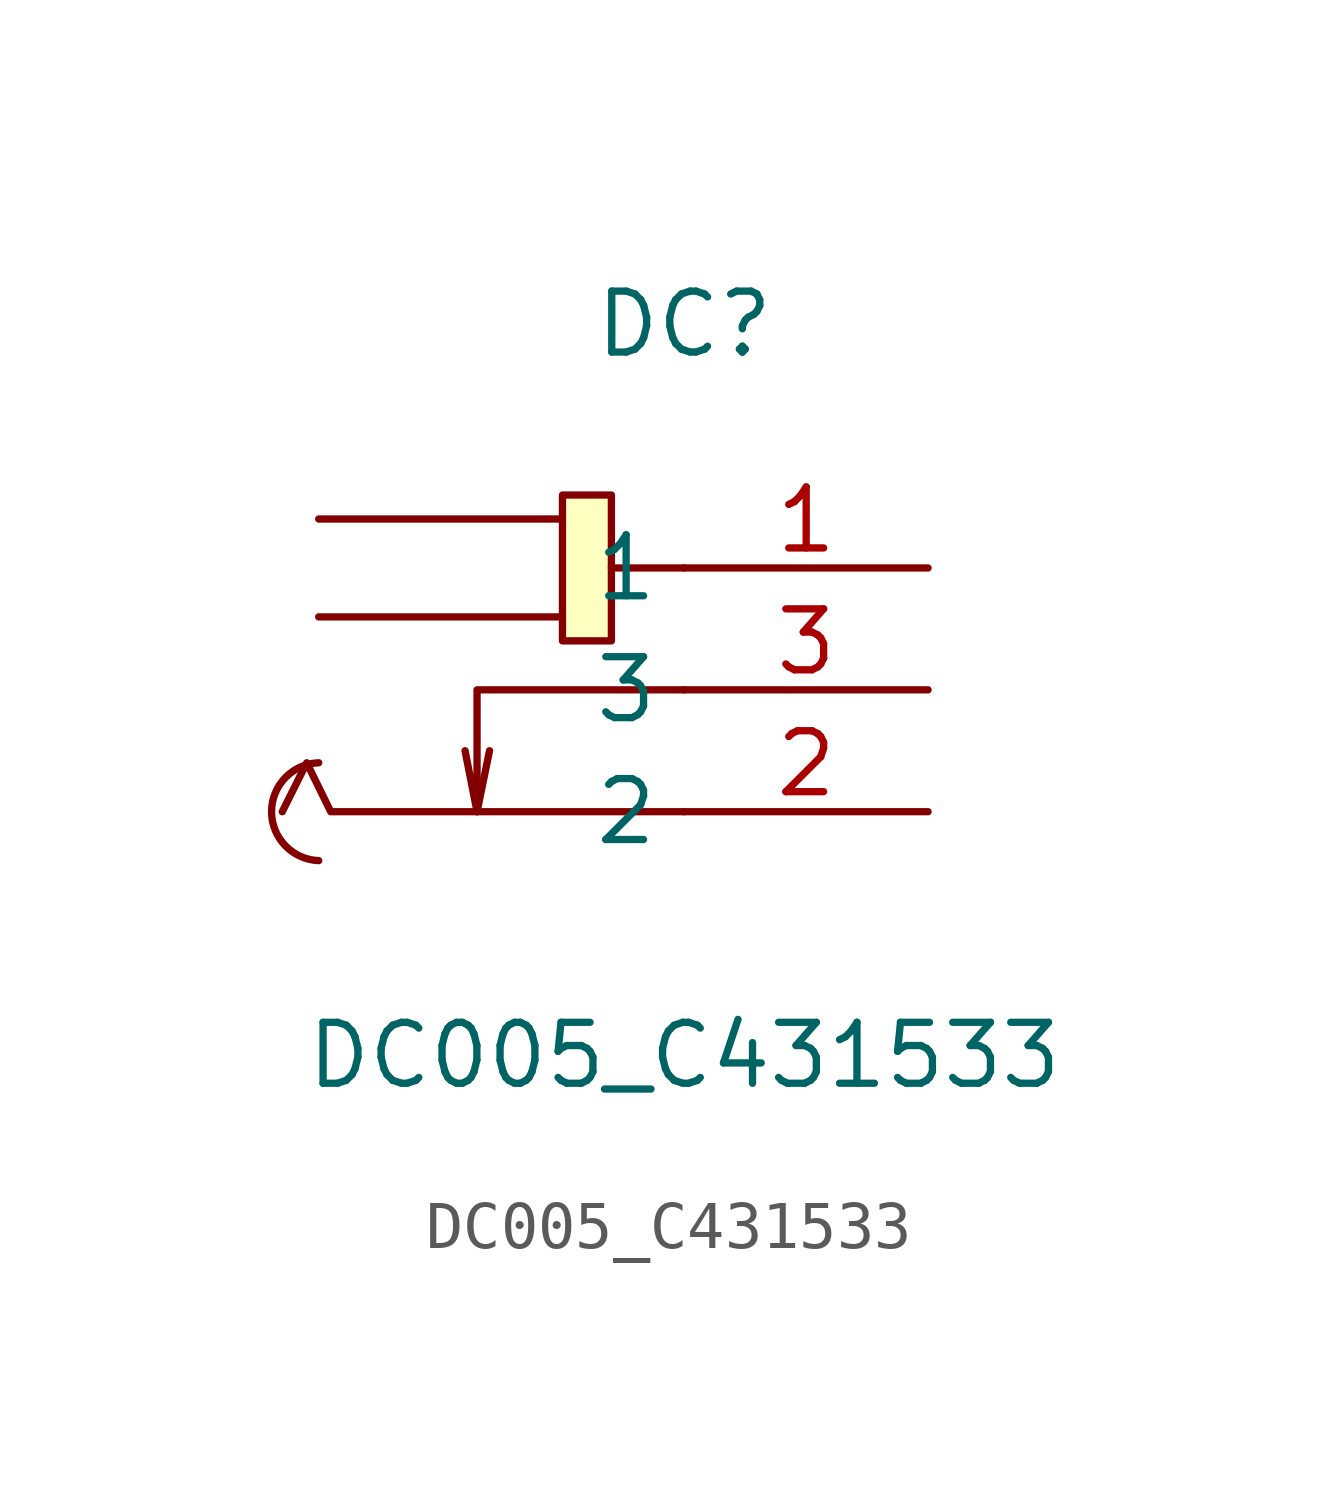
<source format=kicad_sym>
(kicad_symbol_lib
  (version 20211014)
  (generator https://github.com/uPesy/easyeda2kicad.py)
  (symbol "DC005_C431533"
    (property "Reference" "DC"
      (at 0 7.62 0)
      (effects (font (size 1.27 1.27))))
    (property "Value" "DC005_C431533"
      (at 0 -7.62 0)
      (effects (font (size 1.27 1.27))))
    (symbol "DC005_C431533_0_1"
      (rectangle (start -2.54 4.06) (end -1.52 1.02) (stroke (width 0) (type default) (color 0 0 0 0)) (fill (type background)))
      (arc (start -7.62 -1.52) (mid -7.41 -1.55) (end -7.62 -3.56) (stroke (width 0) (type default) (color 0 0 0 0)) (fill (type none)))
      (polyline (pts (xy 0.00 2.54) (xy -1.52 2.54)) (stroke (width 0) (type default) (color 0 0 0 0)) (fill (type none)))
      (polyline (pts (xy -2.54 3.56) (xy -7.62 3.56)) (stroke (width 0) (type default) (color 0 0 0 0)) (fill (type none)))
      (polyline (pts (xy -2.54 1.52) (xy -7.62 1.52)) (stroke (width 0) (type default) (color 0 0 0 0)) (fill (type none)))
      (polyline (pts (xy 0.00 -2.54) (xy -7.37 -2.54) (xy -7.87 -1.52) (xy -8.38 -2.54)) (stroke (width 0) (type default) (color 0 0 0 0)) (fill (type none)))
      (polyline (pts (xy 0.00 -0.00) (xy -4.32 -0.00) (xy -4.32 -2.54) (xy -4.57 -1.27)) (stroke (width 0) (type default) (color 0 0 0 0)) (fill (type none)))
      (polyline (pts (xy -4.32 -2.54) (xy -4.06 -1.27)) (stroke (width 0) (type default) (color 0 0 0 0)) (fill (type none)))
      (pin unspecified line (at 5.08 2.54 180) (length 5.08) (name "1" (effects (font (size 1.27 1.27)))) (number "1" (effects (font (size 1.27 1.27)))))
      (pin unspecified line (at 5.08 -2.54 180) (length 5.08) (name "2" (effects (font (size 1.27 1.27)))) (number "2" (effects (font (size 1.27 1.27)))))
      (pin unspecified line (at 5.08 -0.00 180) (length 5.08) (name "3" (effects (font (size 1.27 1.27)))) (number "3" (effects (font (size 1.27 1.27))))))))
</source>
